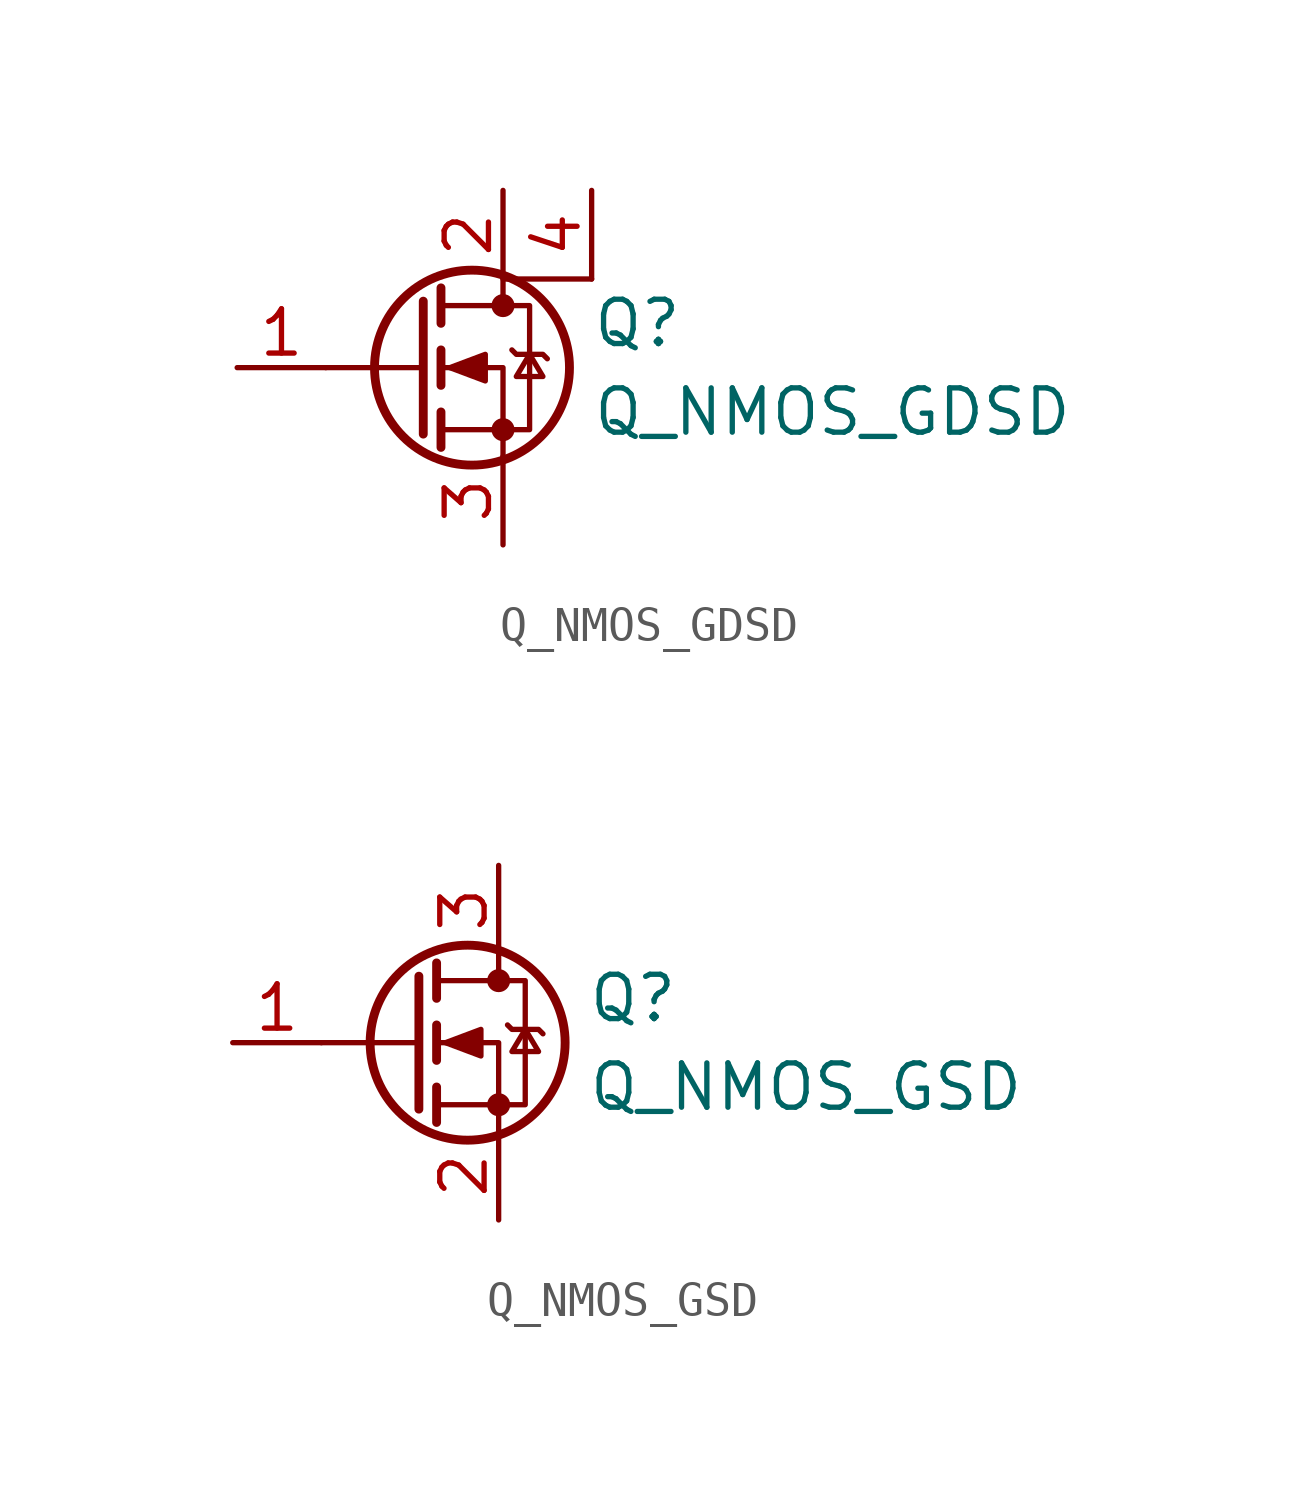
<source format=kicad_sym>
(kicad_symbol_lib
  (version 20241209)
  (generator "kicad_symbol_editor")
  (generator_version "9.0")
  (symbol "Q_NMOS_GDSD"
    (pin_names
      (offset 0)
      (hide yes))
    (property "Reference" "Q"
      (at 5.08 1.27 0)
      (effects (font (size 1.27 1.27)) (justify left)))
    (property "Value" "Q_NMOS_GDSD"
      (at 5.08 -1.27 0)
      (effects (font (size 1.27 1.27)) (justify left)))
    (symbol "Q_NMOS_GDSD_0_1"
      (polyline (pts (xy 0.254 1.905) (xy 0.254 -1.905)) (stroke (width 0.254) (type solid)) (fill (type none)))
      (polyline (pts (xy 0.254 0) (xy -2.54 0)) (stroke (width 0) (type solid)) (fill (type none)))
      (polyline (pts (xy 0.762 2.286) (xy 0.762 1.27)) (stroke (width 0.254) (type solid)) (fill (type none)))
      (polyline (pts (xy 0.762 0.508) (xy 0.762 -0.508)) (stroke (width 0.254) (type solid)) (fill (type none)))
      (polyline (pts (xy 0.762 -1.27) (xy 0.762 -2.286)) (stroke (width 0.254) (type solid)) (fill (type none)))
      (polyline (pts (xy 0.762 -1.778) (xy 3.302 -1.778) (xy 3.302 1.778) (xy 0.762 1.778)) (stroke (width 0) (type solid)) (fill (type none)))
      (polyline (pts (xy 1.016 0) (xy 2.032 0.381) (xy 2.032 -0.381) (xy 1.016 0)) (stroke (width 0) (type solid)) (fill (type outline)))
      (circle (center 1.651 0) (radius 2.794) (stroke (width 0.254) (type solid)) (fill (type none)))
      (circle (center 2.54 1.778) (radius 0.254) (stroke (width 0) (type solid)) (fill (type outline)))
      (circle (center 2.54 -1.778) (radius 0.254) (stroke (width 0) (type solid)) (fill (type outline)))
      (polyline (pts (xy 2.54 -2.54) (xy 2.54 0) (xy 0.762 0)) (stroke (width 0) (type solid)) (fill (type none)))
      (polyline (pts (xy 2.794 0.508) (xy 2.921 0.381) (xy 3.683 0.381) (xy 3.81 0.254)) (stroke (width 0) (type solid)) (fill (type none)))
      (polyline (pts (xy 3.302 0.381) (xy 2.921 -0.254) (xy 3.683 -0.254) (xy 3.302 0.381)) (stroke (width 0) (type solid)) (fill (type none)))
      (polyline (pts (xy 5.08 2.54) (xy 2.54 2.54) (xy 2.54 1.778)) (stroke (width 0) (type solid)) (fill (type none))))
    (symbol "Q_NMOS_GDSD_1_1"
      (pin input line (at -5.08 0 0) (length 2.54) (name "G" (effects (font (size 1.27 1.27)))) (number "1" (effects (font (size 1.27 1.27)))))
      (pin passive line (at 2.54 5.08 270) (length 2.54) (name "D" (effects (font (size 1.27 1.27)))) (number "2" (effects (font (size 1.27 1.27)))))
      (pin passive line (at 2.54 -5.08 90) (length 2.54) (name "S" (effects (font (size 1.27 1.27)))) (number "3" (effects (font (size 1.27 1.27)))))
      (pin passive line (at 5.08 5.08 270) (length 2.54) (name "D" (effects (font (size 1.27 1.27)))) (number "4" (effects (font (size 1.27 1.27)))))))
  (symbol "Q_NMOS_GSD"
    (pin_names
      (offset 0)
      (hide yes))
    (property "Reference" "Q"
      (at 5.08 1.27 0)
      (effects (font (size 1.27 1.27)) (justify left)))
    (property "Value" "Q_NMOS_GSD"
      (at 5.08 -1.27 0)
      (effects (font (size 1.27 1.27)) (justify left)))
    (symbol "Q_NMOS_GSD_0_1"
      (polyline (pts (xy 0.254 1.905) (xy 0.254 -1.905)) (stroke (width 0.254) (type solid)) (fill (type none)))
      (polyline (pts (xy 0.254 0) (xy -2.54 0)) (stroke (width 0) (type solid)) (fill (type none)))
      (polyline (pts (xy 0.762 2.286) (xy 0.762 1.27)) (stroke (width 0.254) (type solid)) (fill (type none)))
      (polyline (pts (xy 0.762 0.508) (xy 0.762 -0.508)) (stroke (width 0.254) (type solid)) (fill (type none)))
      (polyline (pts (xy 0.762 -1.27) (xy 0.762 -2.286)) (stroke (width 0.254) (type solid)) (fill (type none)))
      (polyline (pts (xy 0.762 -1.778) (xy 3.302 -1.778) (xy 3.302 1.778) (xy 0.762 1.778)) (stroke (width 0) (type solid)) (fill (type none)))
      (polyline (pts (xy 1.016 0) (xy 2.032 0.381) (xy 2.032 -0.381) (xy 1.016 0)) (stroke (width 0) (type solid)) (fill (type outline)))
      (circle (center 1.651 0) (radius 2.794) (stroke (width 0.254) (type solid)) (fill (type none)))
      (polyline (pts (xy 2.54 2.54) (xy 2.54 1.778)) (stroke (width 0) (type solid)) (fill (type none)))
      (circle (center 2.54 1.778) (radius 0.254) (stroke (width 0) (type solid)) (fill (type outline)))
      (circle (center 2.54 -1.778) (radius 0.254) (stroke (width 0) (type solid)) (fill (type outline)))
      (polyline (pts (xy 2.54 -2.54) (xy 2.54 0) (xy 0.762 0)) (stroke (width 0) (type solid)) (fill (type none)))
      (polyline (pts (xy 2.794 0.508) (xy 2.921 0.381) (xy 3.683 0.381) (xy 3.81 0.254)) (stroke (width 0) (type solid)) (fill (type none)))
      (polyline (pts (xy 3.302 0.381) (xy 2.921 -0.254) (xy 3.683 -0.254) (xy 3.302 0.381)) (stroke (width 0) (type solid)) (fill (type none))))
    (symbol "Q_NMOS_GSD_1_1"
      (pin input line (at -5.08 0 0) (length 2.54) (name "G" (effects (font (size 1.27 1.27)))) (number "1" (effects (font (size 1.27 1.27)))))
      (pin passive line (at 2.54 5.08 270) (length 2.54) (name "D" (effects (font (size 1.27 1.27)))) (number "3" (effects (font (size 1.27 1.27)))))
      (pin passive line (at 2.54 -5.08 90) (length 2.54) (name "S" (effects (font (size 1.27 1.27)))) (number "2" (effects (font (size 1.27 1.27))))))))
</source>
